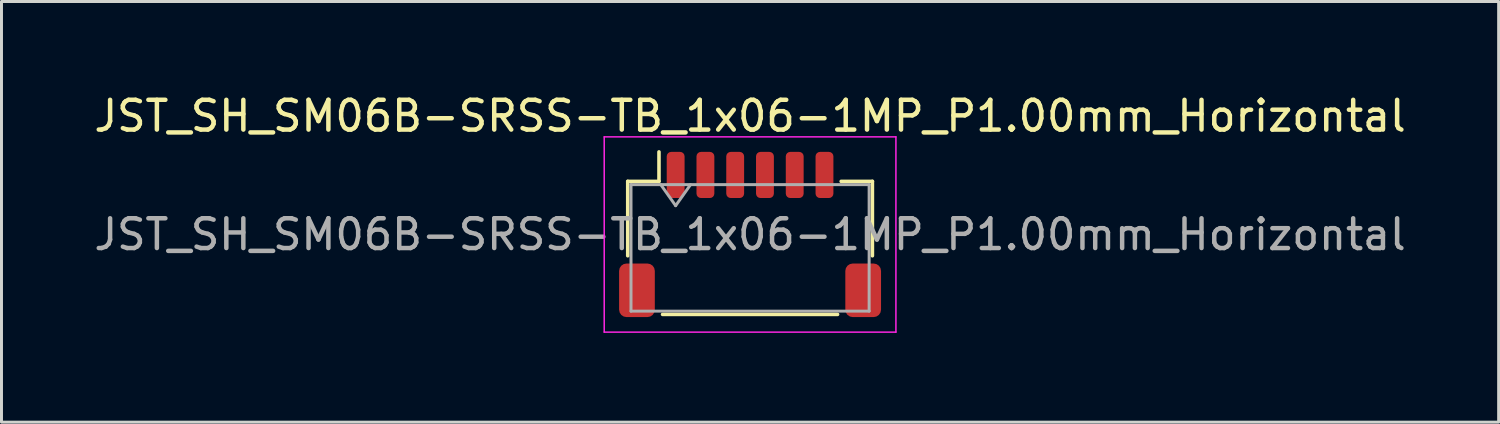
<source format=kicad_pcb>
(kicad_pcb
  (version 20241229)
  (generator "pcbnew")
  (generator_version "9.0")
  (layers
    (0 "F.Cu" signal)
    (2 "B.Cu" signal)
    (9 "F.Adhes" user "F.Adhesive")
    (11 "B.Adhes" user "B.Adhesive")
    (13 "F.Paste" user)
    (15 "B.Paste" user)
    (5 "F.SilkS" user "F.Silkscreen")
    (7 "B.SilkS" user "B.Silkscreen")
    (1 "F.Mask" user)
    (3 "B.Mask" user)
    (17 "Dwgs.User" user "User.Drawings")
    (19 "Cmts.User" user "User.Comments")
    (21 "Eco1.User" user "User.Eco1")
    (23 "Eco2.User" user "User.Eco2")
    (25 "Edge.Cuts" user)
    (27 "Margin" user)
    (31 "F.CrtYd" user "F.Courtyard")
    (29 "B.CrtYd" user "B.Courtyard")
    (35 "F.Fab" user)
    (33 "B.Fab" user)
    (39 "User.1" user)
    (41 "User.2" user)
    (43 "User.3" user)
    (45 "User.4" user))
  (footprint "JST_SH_SM06B-SRSS-TB_1x06-1MP_P1.00mm_Horizontal"
    (layer "F.Cu")
    (at 22.149 4.828)
    (property "Reference" "JST_SH_SM06B-SRSS-TB_1x06-1MP_P1.00mm_Horizontal" (at 0 -3.98 0) (layer "F.SilkS") (effects (font (size 1 1) (thickness 0.15))))
    (attr smd)
    (fp_line (start -4.11 -1.785) (end -3.06 -1.785) (stroke (width 0.12) (type solid)) (layer "F.SilkS"))
    (fp_line (start -4.11 0.715) (end -4.11 -1.785) (stroke (width 0.12) (type solid)) (layer "F.SilkS"))
    (fp_line (start -3.06 -1.785) (end -3.06 -2.775) (stroke (width 0.12) (type solid)) (layer "F.SilkS"))
    (fp_line (start -2.94 2.685) (end 2.94 2.685) (stroke (width 0.12) (type solid)) (layer "F.SilkS"))
    (fp_line (start 4.11 -1.785) (end 3.06 -1.785) (stroke (width 0.12) (type solid)) (layer "F.SilkS"))
    (fp_line (start 4.11 0.715) (end 4.11 -1.785) (stroke (width 0.12) (type solid)) (layer "F.SilkS"))
    (fp_line (start -4.9 -3.28) (end -4.9 3.28) (stroke (width 0.05) (type solid)) (layer "F.CrtYd"))
    (fp_line (start -4.9 3.28) (end 4.9 3.28) (stroke (width 0.05) (type solid)) (layer "F.CrtYd"))
    (fp_line (start 4.9 -3.28) (end -4.9 -3.28) (stroke (width 0.05) (type solid)) (layer "F.CrtYd"))
    (fp_line (start 4.9 3.28) (end 4.9 -3.28) (stroke (width 0.05) (type solid)) (layer "F.CrtYd"))
    (fp_line (start -4 -1.675) (end -4 2.575) (stroke (width 0.1) (type solid)) (layer "F.Fab"))
    (fp_line (start -4 -1.675) (end 4 -1.675) (stroke (width 0.1) (type solid)) (layer "F.Fab"))
    (fp_line (start -4 2.575) (end 4 2.575) (stroke (width 0.1) (type solid)) (layer "F.Fab"))
    (fp_line (start -3 -1.675) (end -2.5 -0.968) (stroke (width 0.1) (type solid)) (layer "F.Fab"))
    (fp_line (start -2.5 -0.968) (end -2 -1.675) (stroke (width 0.1) (type solid)) (layer "F.Fab"))
    (fp_line (start 4 -1.675) (end 4 2.575) (stroke (width 0.1) (type solid)) (layer "F.Fab"))
    (fp_text user "${REFERENCE}" (at 0 0 0) (layer "F.Fab") (effects (font (size 1 1) (thickness 0.15))))
    (pad "1" smd roundrect (at -2.5 -2) (size 0.6 1.55) (layers "F.Cu" "F.Mask" "F.Paste") (roundrect_rratio 0.25))
    (pad "2" smd roundrect (at -1.5 -2) (size 0.6 1.55) (layers "F.Cu" "F.Mask" "F.Paste") (roundrect_rratio 0.25))
    (pad "3" smd roundrect (at -0.5 -2) (size 0.6 1.55) (layers "F.Cu" "F.Mask" "F.Paste") (roundrect_rratio 0.25))
    (pad "4" smd roundrect (at 0.5 -2) (size 0.6 1.55) (layers "F.Cu" "F.Mask" "F.Paste") (roundrect_rratio 0.25))
    (pad "5" smd roundrect (at 1.5 -2) (size 0.6 1.55) (layers "F.Cu" "F.Mask" "F.Paste") (roundrect_rratio 0.25))
    (pad "6" smd roundrect (at 2.5 -2) (size 0.6 1.55) (layers "F.Cu" "F.Mask" "F.Paste") (roundrect_rratio 0.25))
    (pad "MP" smd roundrect (at -3.8 1.875) (size 1.2 1.8) (layers "F.Cu" "F.Mask" "F.Paste") (roundrect_rratio 0.208))
    (pad "MP" smd roundrect (at 3.8 1.875) (size 1.2 1.8) (layers "F.Cu" "F.Mask" "F.Paste") (roundrect_rratio 0.208)))
  (gr_rect
    (start -3 -3)
    (end 47.298 11.133)
    (stroke (width 0.1) (type default))
    (fill no)
    (layer "Edge.Cuts")))
</source>
